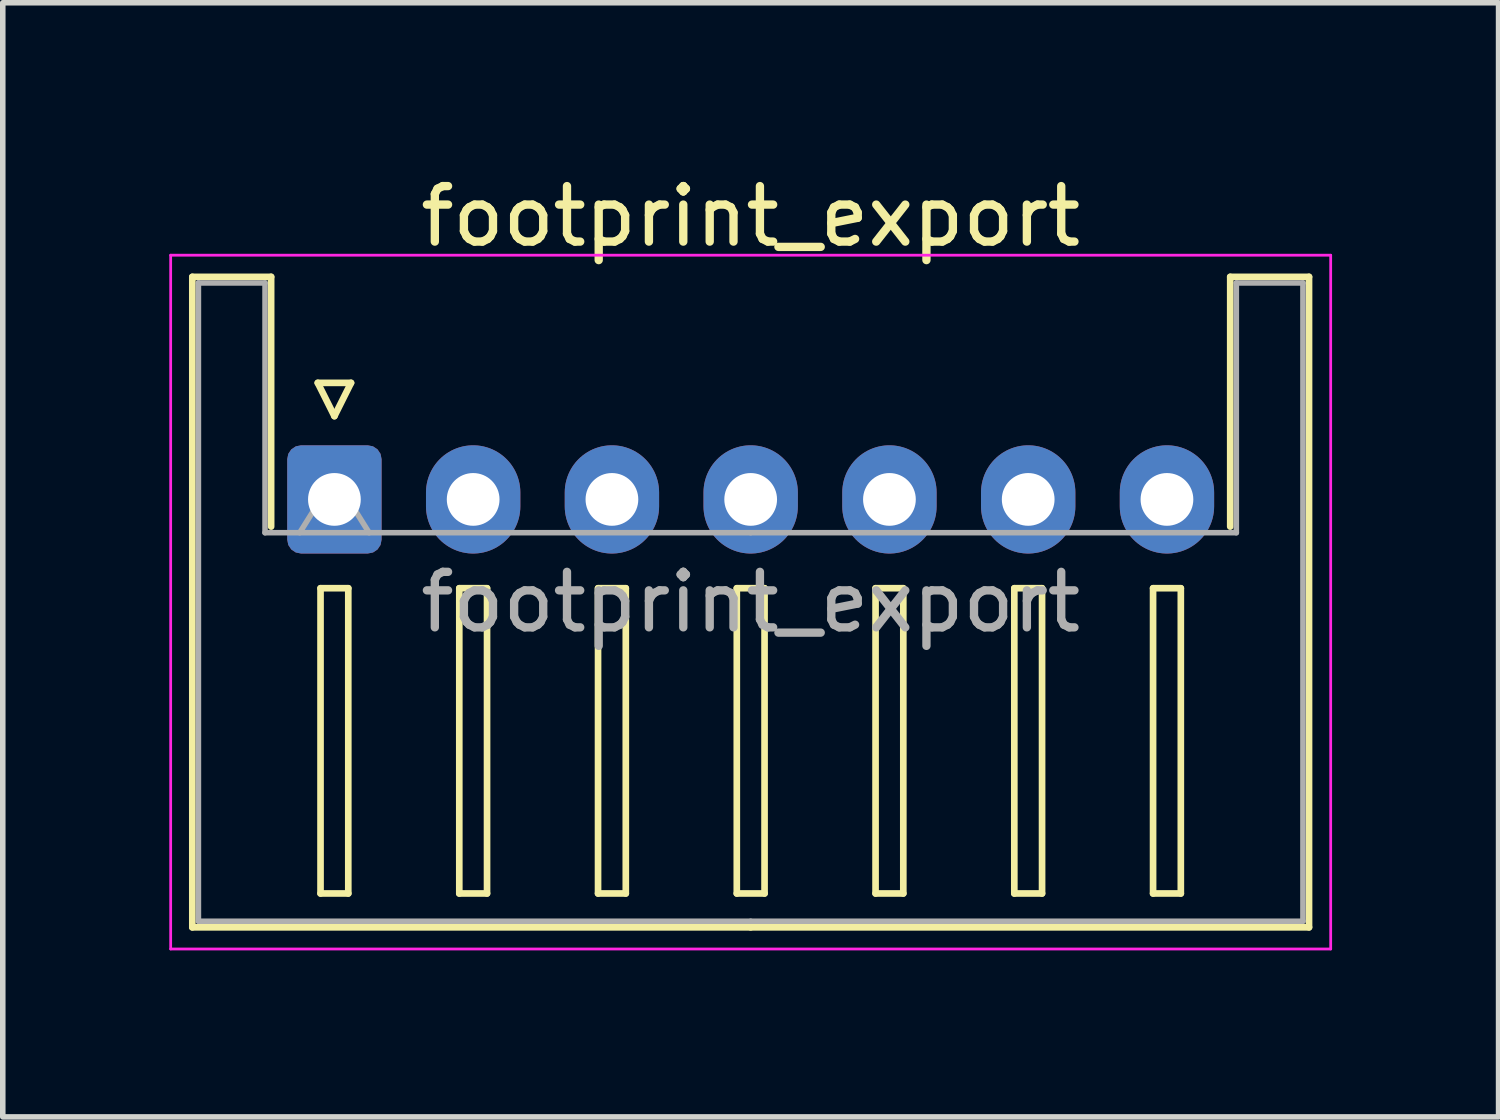
<source format=kicad_pcb>
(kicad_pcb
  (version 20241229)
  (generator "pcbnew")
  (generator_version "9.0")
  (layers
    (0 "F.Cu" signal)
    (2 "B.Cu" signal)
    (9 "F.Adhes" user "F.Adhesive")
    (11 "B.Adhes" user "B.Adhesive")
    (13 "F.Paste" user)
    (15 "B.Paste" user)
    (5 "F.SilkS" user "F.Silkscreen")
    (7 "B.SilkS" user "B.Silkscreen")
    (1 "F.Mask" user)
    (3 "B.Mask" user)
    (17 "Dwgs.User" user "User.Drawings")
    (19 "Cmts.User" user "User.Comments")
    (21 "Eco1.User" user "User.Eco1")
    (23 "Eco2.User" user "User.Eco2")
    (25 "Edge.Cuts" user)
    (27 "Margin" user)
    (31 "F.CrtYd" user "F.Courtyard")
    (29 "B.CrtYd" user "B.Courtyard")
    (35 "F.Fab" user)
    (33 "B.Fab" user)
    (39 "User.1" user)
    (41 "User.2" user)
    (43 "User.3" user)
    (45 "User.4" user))
  (footprint "footprint_export"
    (layer "F.Cu")
    (at 2.975 5.948)
    (property "Reference" "footprint_export" (at 7.5 -5.1 0) (layer "F.SilkS") (effects (font (size 1 1) (thickness 0.15))))
    (attr through_hole)
    (fp_line (start -2.56 -4.01) (end -1.14 -4.01) (stroke (width 0.12) (type solid)) (layer "F.SilkS"))
    (fp_line (start -2.56 7.71) (end -2.56 -4.01) (stroke (width 0.12) (type solid)) (layer "F.SilkS"))
    (fp_line (start -1.14 -4.01) (end -1.14 0.49) (stroke (width 0.12) (type solid)) (layer "F.SilkS"))
    (fp_line (start -0.3 -2.1) (end 0.3 -2.1) (stroke (width 0.12) (type solid)) (layer "F.SilkS"))
    (fp_line (start -0.25 1.6) (end -0.25 7.1) (stroke (width 0.12) (type solid)) (layer "F.SilkS"))
    (fp_line (start -0.25 7.1) (end 0.25 7.1) (stroke (width 0.12) (type solid)) (layer "F.SilkS"))
    (fp_line (start 0 -1.5) (end -0.3 -2.1) (stroke (width 0.12) (type solid)) (layer "F.SilkS"))
    (fp_line (start 0.25 1.6) (end -0.25 1.6) (stroke (width 0.12) (type solid)) (layer "F.SilkS"))
    (fp_line (start 0.25 7.1) (end 0.25 1.6) (stroke (width 0.12) (type solid)) (layer "F.SilkS"))
    (fp_line (start 0.3 -2.1) (end 0 -1.5) (stroke (width 0.12) (type solid)) (layer "F.SilkS"))
    (fp_line (start 2.25 1.6) (end 2.25 7.1) (stroke (width 0.12) (type solid)) (layer "F.SilkS"))
    (fp_line (start 2.25 7.1) (end 2.75 7.1) (stroke (width 0.12) (type solid)) (layer "F.SilkS"))
    (fp_line (start 2.75 1.6) (end 2.25 1.6) (stroke (width 0.12) (type solid)) (layer "F.SilkS"))
    (fp_line (start 2.75 7.1) (end 2.75 1.6) (stroke (width 0.12) (type solid)) (layer "F.SilkS"))
    (fp_line (start 4.75 1.6) (end 4.75 7.1) (stroke (width 0.12) (type solid)) (layer "F.SilkS"))
    (fp_line (start 4.75 7.1) (end 5.25 7.1) (stroke (width 0.12) (type solid)) (layer "F.SilkS"))
    (fp_line (start 5.25 1.6) (end 4.75 1.6) (stroke (width 0.12) (type solid)) (layer "F.SilkS"))
    (fp_line (start 5.25 7.1) (end 5.25 1.6) (stroke (width 0.12) (type solid)) (layer "F.SilkS"))
    (fp_line (start 7.25 1.6) (end 7.25 7.1) (stroke (width 0.12) (type solid)) (layer "F.SilkS"))
    (fp_line (start 7.25 7.1) (end 7.75 7.1) (stroke (width 0.12) (type solid)) (layer "F.SilkS"))
    (fp_line (start 7.5 7.71) (end -2.56 7.71) (stroke (width 0.12) (type solid)) (layer "F.SilkS"))
    (fp_line (start 7.5 7.71) (end 17.56 7.71) (stroke (width 0.12) (type solid)) (layer "F.SilkS"))
    (fp_line (start 7.75 1.6) (end 7.25 1.6) (stroke (width 0.12) (type solid)) (layer "F.SilkS"))
    (fp_line (start 7.75 7.1) (end 7.75 1.6) (stroke (width 0.12) (type solid)) (layer "F.SilkS"))
    (fp_line (start 9.75 1.6) (end 9.75 7.1) (stroke (width 0.12) (type solid)) (layer "F.SilkS"))
    (fp_line (start 9.75 7.1) (end 10.25 7.1) (stroke (width 0.12) (type solid)) (layer "F.SilkS"))
    (fp_line (start 10.25 1.6) (end 9.75 1.6) (stroke (width 0.12) (type solid)) (layer "F.SilkS"))
    (fp_line (start 10.25 7.1) (end 10.25 1.6) (stroke (width 0.12) (type solid)) (layer "F.SilkS"))
    (fp_line (start 12.25 1.6) (end 12.25 7.1) (stroke (width 0.12) (type solid)) (layer "F.SilkS"))
    (fp_line (start 12.25 7.1) (end 12.75 7.1) (stroke (width 0.12) (type solid)) (layer "F.SilkS"))
    (fp_line (start 12.75 1.6) (end 12.25 1.6) (stroke (width 0.12) (type solid)) (layer "F.SilkS"))
    (fp_line (start 12.75 7.1) (end 12.75 1.6) (stroke (width 0.12) (type solid)) (layer "F.SilkS"))
    (fp_line (start 14.75 1.6) (end 14.75 7.1) (stroke (width 0.12) (type solid)) (layer "F.SilkS"))
    (fp_line (start 14.75 7.1) (end 15.25 7.1) (stroke (width 0.12) (type solid)) (layer "F.SilkS"))
    (fp_line (start 15.25 1.6) (end 14.75 1.6) (stroke (width 0.12) (type solid)) (layer "F.SilkS"))
    (fp_line (start 15.25 7.1) (end 15.25 1.6) (stroke (width 0.12) (type solid)) (layer "F.SilkS"))
    (fp_line (start 16.14 -4.01) (end 16.14 0.49) (stroke (width 0.12) (type solid)) (layer "F.SilkS"))
    (fp_line (start 17.56 -4.01) (end 16.14 -4.01) (stroke (width 0.12) (type solid)) (layer "F.SilkS"))
    (fp_line (start 17.56 7.71) (end 17.56 -4.01) (stroke (width 0.12) (type solid)) (layer "F.SilkS"))
    (fp_line (start -2.95 -4.4) (end -2.95 8.1) (stroke (width 0.05) (type solid)) (layer "F.CrtYd"))
    (fp_line (start -2.95 8.1) (end 17.95 8.1) (stroke (width 0.05) (type solid)) (layer "F.CrtYd"))
    (fp_line (start 17.95 -4.4) (end -2.95 -4.4) (stroke (width 0.05) (type solid)) (layer "F.CrtYd"))
    (fp_line (start 17.95 8.1) (end 17.95 -4.4) (stroke (width 0.05) (type solid)) (layer "F.CrtYd"))
    (fp_line (start -2.45 -3.9) (end -1.25 -3.9) (stroke (width 0.1) (type solid)) (layer "F.Fab"))
    (fp_line (start -2.45 7.6) (end -2.45 -3.9) (stroke (width 0.1) (type solid)) (layer "F.Fab"))
    (fp_line (start -1.25 -3.9) (end -1.25 0.6) (stroke (width 0.1) (type solid)) (layer "F.Fab"))
    (fp_line (start -1.25 0.6) (end 7.5 0.6) (stroke (width 0.1) (type solid)) (layer "F.Fab"))
    (fp_line (start -0.625 0.6) (end 0 -0.4) (stroke (width 0.1) (type solid)) (layer "F.Fab"))
    (fp_line (start 0 -0.4) (end 0.625 0.6) (stroke (width 0.1) (type solid)) (layer "F.Fab"))
    (fp_line (start 7.5 7.6) (end -2.45 7.6) (stroke (width 0.1) (type solid)) (layer "F.Fab"))
    (fp_line (start 7.5 7.6) (end 17.45 7.6) (stroke (width 0.1) (type solid)) (layer "F.Fab"))
    (fp_line (start 16.25 -3.9) (end 16.25 0.6) (stroke (width 0.1) (type solid)) (layer "F.Fab"))
    (fp_line (start 16.25 0.6) (end 7.5 0.6) (stroke (width 0.1) (type solid)) (layer "F.Fab"))
    (fp_line (start 17.45 -3.9) (end 16.25 -3.9) (stroke (width 0.1) (type solid)) (layer "F.Fab"))
    (fp_line (start 17.45 7.6) (end 17.45 -3.9) (stroke (width 0.1) (type solid)) (layer "F.Fab"))
    (fp_text user "${REFERENCE}" (at 7.5 1.85 0) (layer "F.Fab") (effects (font (size 1 1) (thickness 0.15))))
    (pad "1" thru_hole roundrect (at 0 0) (size 1.7 1.95) (drill 0.95) (layers "*.Cu" "*.Mask") (roundrect_rratio 0.147))
    (pad "2" thru_hole oval (at 2.5 0) (size 1.7 1.95) (drill 0.95) (layers "*.Cu" "*.Mask"))
    (pad "3" thru_hole oval (at 5 0) (size 1.7 1.95) (drill 0.95) (layers "*.Cu" "*.Mask"))
    (pad "4" thru_hole oval (at 7.5 0) (size 1.7 1.95) (drill 0.95) (layers "*.Cu" "*.Mask"))
    (pad "5" thru_hole oval (at 10 0) (size 1.7 1.95) (drill 0.95) (layers "*.Cu" "*.Mask"))
    (pad "6" thru_hole oval (at 12.5 0) (size 1.7 1.95) (drill 0.95) (layers "*.Cu" "*.Mask"))
    (pad "7" thru_hole oval (at 15 0) (size 1.7 1.95) (drill 0.95) (layers "*.Cu" "*.Mask")))
  (gr_rect
    (start -3 -3)
    (end 23.95 17.073)
    (stroke (width 0.1) (type default))
    (fill no)
    (layer "Edge.Cuts")))
</source>
